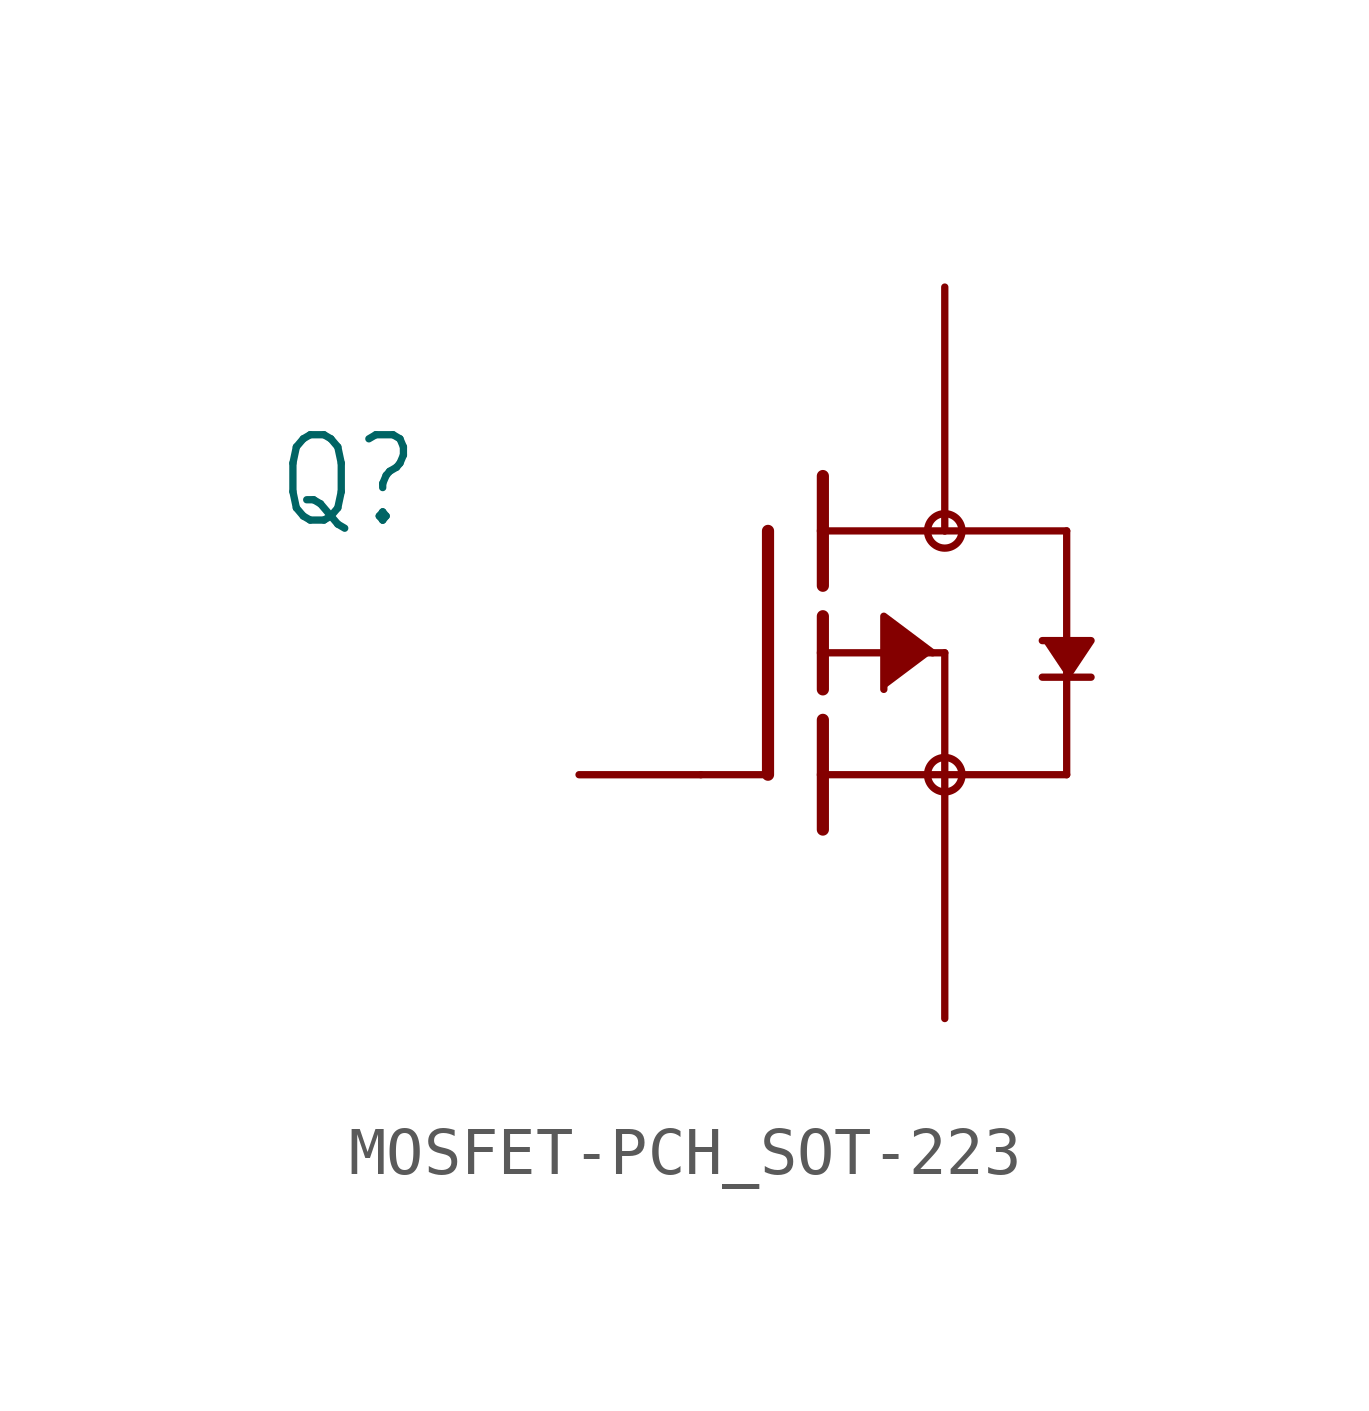
<source format=kicad_sym>
(kicad_symbol_lib
  (version 20220914)
  (generator kicad_symbol_editor)
  (symbol "MOSFET-PCH_SOT-223"
    (property "Reference" "Q"
      (at -8.89 2.54 0)
      (effects (font (size 1.778 1.511)) (justify left bottom)))
    (property "Value" ""
      (at -8.89 0 0)
      (effects (font (size 1.778 1.511)) (justify left bottom)))
    (property "ki_locked" ""
      (at 0 0 0)
      (effects (font (size 1.27 1.27))))
    (symbol "MOSFET-PCH_SOT-223_1_0"
      (polyline (pts (xy 0 -2.54) (xy 1.321 -2.54)) (stroke (width 0.152) (type solid)) (fill (type none)))
      (polyline (pts (xy 1.397 2.54) (xy 1.397 -2.54)) (stroke (width 0.254) (type solid)) (fill (type none)))
      (polyline (pts (xy 2.54 -2.54) (xy 2.54 -3.683)) (stroke (width 0.254) (type solid)) (fill (type none)))
      (polyline (pts (xy 2.54 -1.397) (xy 2.54 -2.54)) (stroke (width 0.254) (type solid)) (fill (type none)))
      (polyline (pts (xy 2.54 0) (xy 2.54 -0.762)) (stroke (width 0.254) (type solid)) (fill (type none)))
      (polyline (pts (xy 2.54 0) (xy 5.08 0)) (stroke (width 0.152) (type solid)) (fill (type none)))
      (polyline (pts (xy 2.54 0.762) (xy 2.54 0)) (stroke (width 0.254) (type solid)) (fill (type none)))
      (polyline (pts (xy 2.54 2.54) (xy 2.54 1.397)) (stroke (width 0.254) (type solid)) (fill (type none)))
      (polyline (pts (xy 2.54 2.54) (xy 5.08 2.54)) (stroke (width 0.152) (type solid)) (fill (type none)))
      (polyline (pts (xy 2.54 3.683) (xy 2.54 2.54)) (stroke (width 0.254) (type solid)) (fill (type none)))
      (polyline (pts (xy 5.08 -2.54) (xy 2.54 -2.54)) (stroke (width 0.152) (type solid)) (fill (type none)))
      (polyline (pts (xy 5.08 -2.54) (xy 7.62 -2.54)) (stroke (width 0.152) (type solid)) (fill (type none)))
      (polyline (pts (xy 5.08 0) (xy 5.08 -2.54)) (stroke (width 0.152) (type solid)) (fill (type none)))
      (polyline (pts (xy 5.08 2.54) (xy 7.62 2.54)) (stroke (width 0.152) (type solid)) (fill (type none)))
      (polyline (pts (xy 7.112 -0.508) (xy 7.62 -0.508)) (stroke (width 0.152) (type solid)) (fill (type none)))
      (polyline (pts (xy 7.62 -0.508) (xy 7.62 -2.54)) (stroke (width 0.152) (type solid)) (fill (type none)))
      (polyline (pts (xy 7.62 -0.508) (xy 8.128 -0.508)) (stroke (width 0.152) (type solid)) (fill (type none)))
      (polyline (pts (xy 7.62 2.54) (xy 7.62 -0.508)) (stroke (width 0.152) (type solid)) (fill (type none)))
      (polyline (pts (xy 4.826 0) (xy 3.81 0.762) (xy 3.81 -0.762)) (stroke (width 0.152) (type solid)) (fill (type outline)))
      (polyline (pts (xy 7.62 -0.508) (xy 8.128 0.254) (xy 7.112 0.254)) (stroke (width 0.152) (type solid)) (fill (type outline)))
      (circle (center 5.08 -2.54) (radius 0.359) (stroke (width 0) (type solid)) (fill (type none)))
      (circle (center 5.08 2.54) (radius 0.359) (stroke (width 0) (type solid)) (fill (type none)))
      (pin passive line (at -2.54 -2.54 0) (length 2.54) (name "G" (effects (font (size 0 0)))) (number "1" (effects (font (size 0 0)))))
      (pin passive line (at 5.08 -7.62 90) (length 5.08) (name "S" (effects (font (size 0 0)))) (number "3" (effects (font (size 0 0)))))
      (pin passive line (at 5.08 7.62 270) (length 5.08) (name "D" (effects (font (size 0 0)))) (number "4" (effects (font (size 0 0))))))))
</source>
